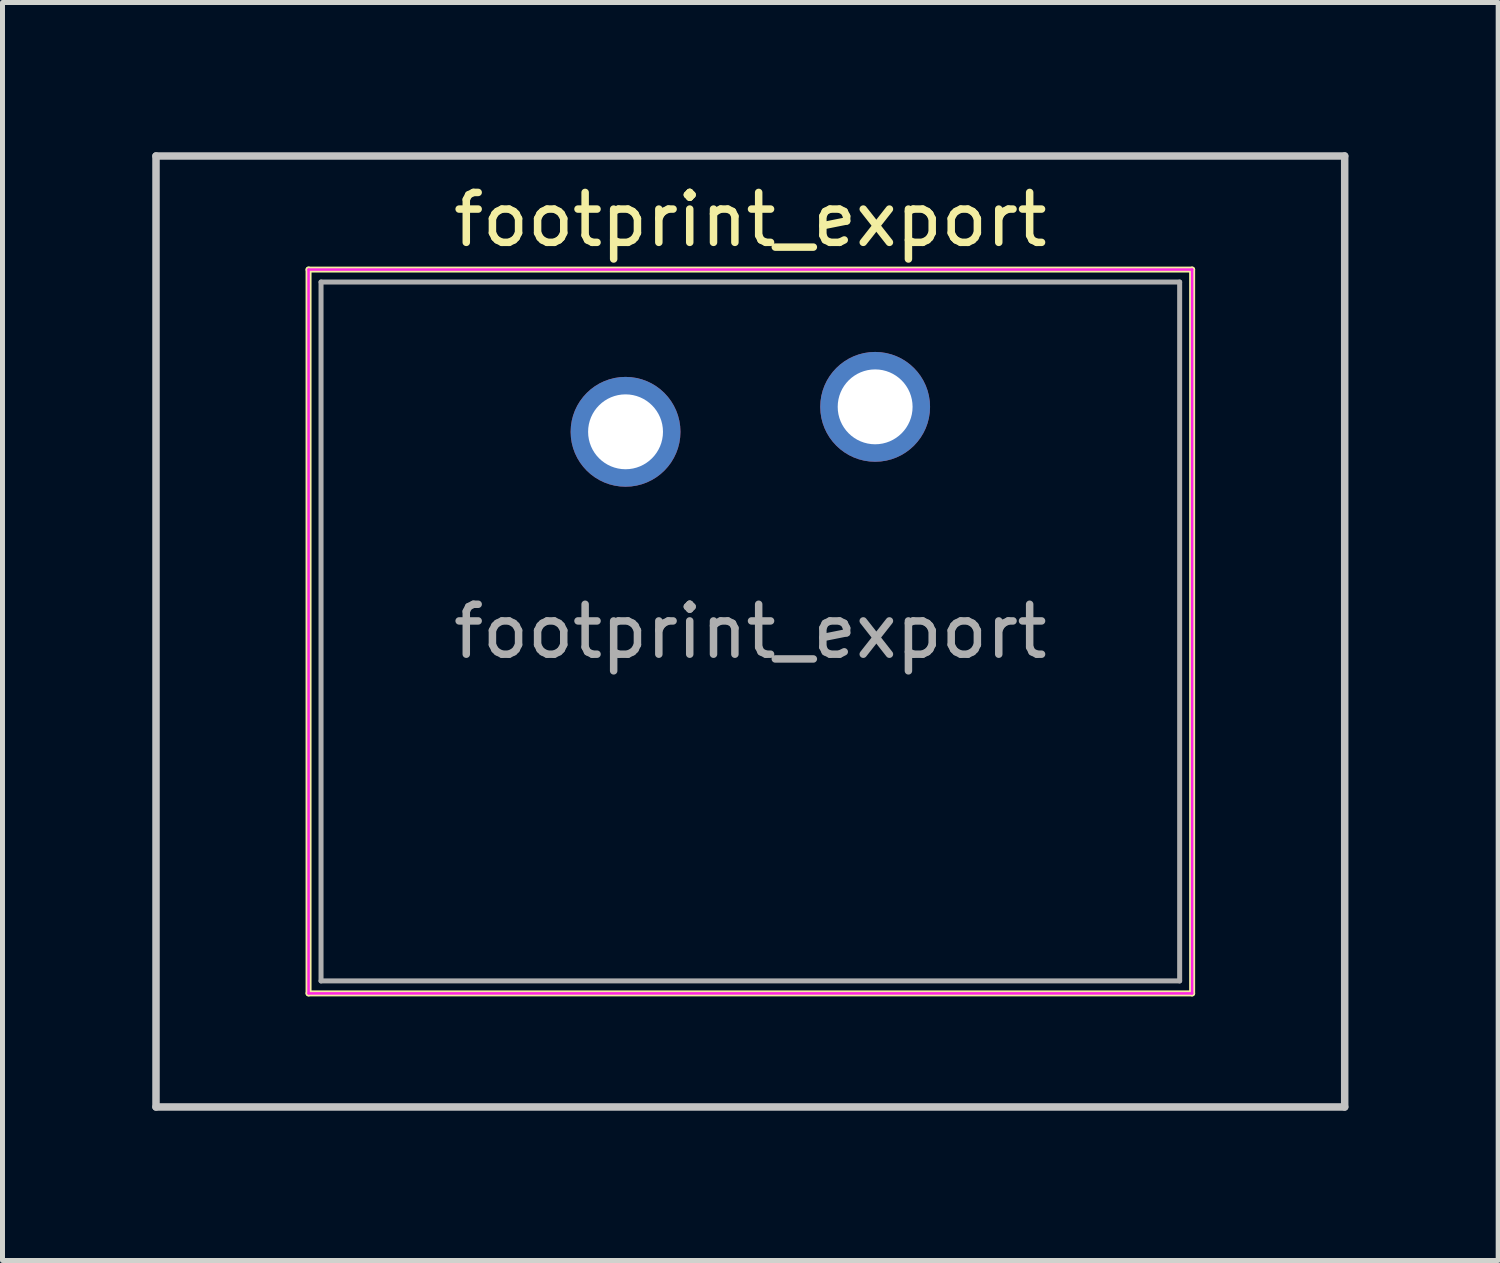
<source format=kicad_pcb>
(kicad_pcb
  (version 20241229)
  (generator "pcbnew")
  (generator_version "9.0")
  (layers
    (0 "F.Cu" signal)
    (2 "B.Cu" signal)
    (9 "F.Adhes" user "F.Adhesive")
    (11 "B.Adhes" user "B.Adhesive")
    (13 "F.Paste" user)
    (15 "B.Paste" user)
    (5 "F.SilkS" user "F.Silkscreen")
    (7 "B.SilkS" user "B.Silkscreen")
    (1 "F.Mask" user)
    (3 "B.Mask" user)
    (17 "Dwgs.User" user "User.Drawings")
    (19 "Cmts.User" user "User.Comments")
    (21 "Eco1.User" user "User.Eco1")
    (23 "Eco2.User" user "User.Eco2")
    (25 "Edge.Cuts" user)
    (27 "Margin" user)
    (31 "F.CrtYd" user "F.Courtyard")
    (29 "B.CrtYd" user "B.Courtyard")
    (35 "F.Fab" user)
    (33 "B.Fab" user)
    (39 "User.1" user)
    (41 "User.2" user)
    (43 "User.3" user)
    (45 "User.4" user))
  (footprint "footprint_export"
    (layer "F.Cu")
    (at 14.481 5.1)
    (property "Reference" "footprint_export" (at -2.5 -3.75 0) (layer "F.SilkS") (effects (font (size 1 1) (thickness 0.15))))
    (attr through_hole)
    (fp_line (start -11.35 -2.75) (end 6.35 -2.75) (stroke (width 0.12) (type solid)) (layer "F.SilkS"))
    (fp_line (start -11.35 11.75) (end -11.35 -2.75) (stroke (width 0.12) (type solid)) (layer "F.SilkS"))
    (fp_line (start 6.35 -2.75) (end 6.35 11.75) (stroke (width 0.12) (type solid)) (layer "F.SilkS"))
    (fp_line (start 6.35 11.75) (end -11.35 11.75) (stroke (width 0.12) (type solid)) (layer "F.SilkS"))
    (fp_line (start -14.406 -5.025) (end 9.406 -5.025) (stroke (width 0.15) (type solid)) (layer "Dwgs.User"))
    (fp_line (start -14.406 14.025) (end -14.406 -5.025) (stroke (width 0.15) (type solid)) (layer "Dwgs.User"))
    (fp_line (start 9.406 -5.025) (end 9.406 14.025) (stroke (width 0.15) (type solid)) (layer "Dwgs.User"))
    (fp_line (start 9.406 14.025) (end -14.406 14.025) (stroke (width 0.15) (type solid)) (layer "Dwgs.User"))
    (fp_line (start -11.35 -2.75) (end -11.35 11.75) (stroke (width 0.05) (type solid)) (layer "F.CrtYd"))
    (fp_line (start -11.35 -2.75) (end 6.35 -2.75) (stroke (width 0.05) (type solid)) (layer "F.CrtYd"))
    (fp_line (start -11.35 11.75) (end 6.35 11.75) (stroke (width 0.05) (type solid)) (layer "F.CrtYd"))
    (fp_line (start 6.35 11.75) (end 6.35 -2.75) (stroke (width 0.05) (type solid)) (layer "F.CrtYd"))
    (fp_line (start -11.1 -2.5) (end 6.1 -2.5) (stroke (width 0.1) (type solid)) (layer "F.Fab"))
    (fp_line (start -11.1 11.5) (end -11.1 -2.5) (stroke (width 0.1) (type solid)) (layer "F.Fab"))
    (fp_line (start 6.1 -2.5) (end 6.1 11.5) (stroke (width 0.1) (type solid)) (layer "F.Fab"))
    (fp_line (start 6.1 11.5) (end -11.1 11.5) (stroke (width 0.1) (type solid)) (layer "F.Fab"))
    (fp_text user "${REFERENCE}" (at -2.5 4.5 0) (layer "F.Fab") (effects (font (size 1 1) (thickness 0.15))))
    (pad "1" thru_hole circle (at 0 0) (size 2.2 2.2) (drill 1.5) (layers "*.Cu" "*.Mask"))
    (pad "2" thru_hole circle (at -5 0.5) (size 2.2 2.2) (drill 1.5) (layers "*.Cu" "*.Mask")))
  (gr_rect
    (start -3 -3)
    (end 26.962 22.2)
    (stroke (width 0.1) (type default))
    (fill no)
    (layer "Edge.Cuts")))
</source>
